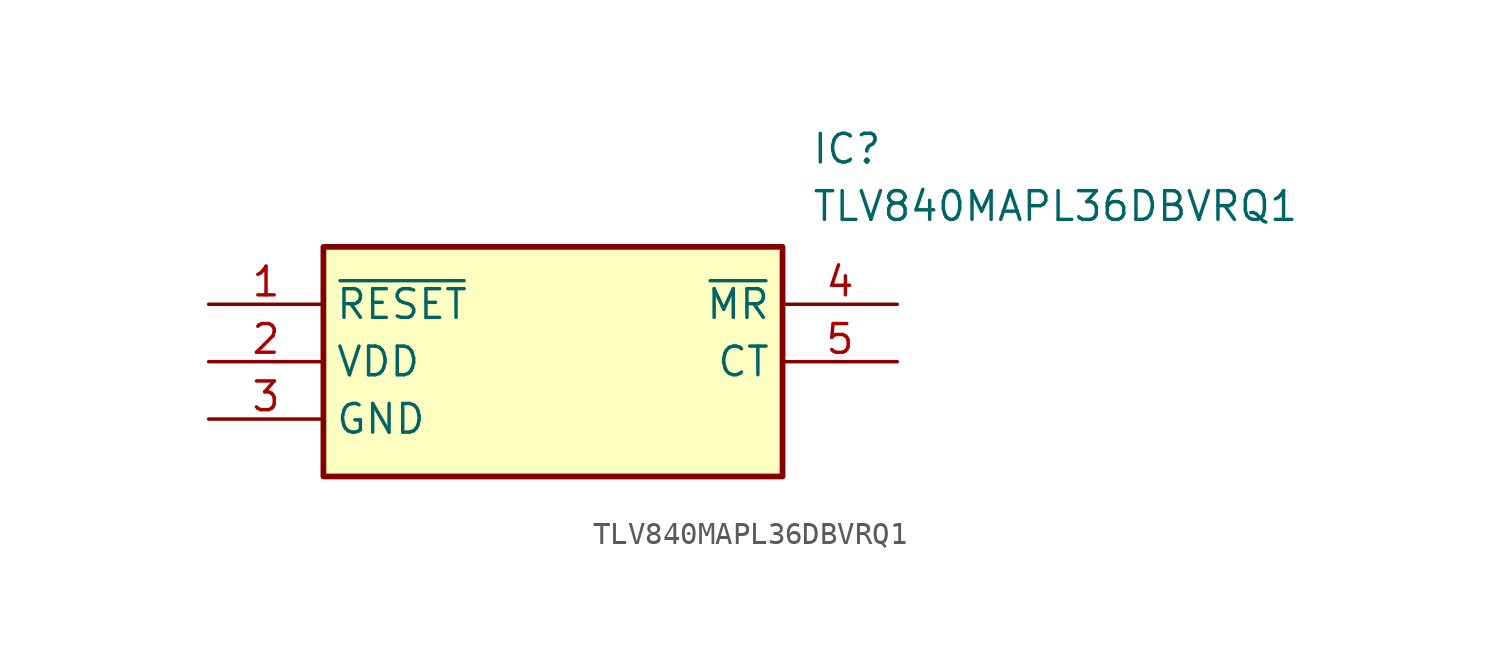
<source format=kicad_sym>
(kicad_symbol_lib
  (version 20211014)
  (generator SamacSys_ECAD_Model)
  (symbol "TLV840MAPL36DBVRQ1"
    (property "Reference" "IC"
      (at 26.67 7.62 0)
      (effects (font (size 1.27 1.27)) (justify left top)))
    (property "Value" "TLV840MAPL36DBVRQ1"
      (at 26.67 5.08 0)
      (effects (font (size 1.27 1.27)) (justify left top)))
    (rectangle
      (start 5.08 2.54)
      (end 25.4 -7.62)
      (stroke (width 0.254) (type default))
      (fill (type background)))
    (pin passive line
      (at 0 0 0)
      (length 5.08)
      (name "~{RESET}" (effects (font (size 1.27 1.27))))
      (number "1" (effects (font (size 1.27 1.27)))))
    (pin passive line
      (at 0 -2.54 0)
      (length 5.08)
      (name "VDD" (effects (font (size 1.27 1.27))))
      (number "2" (effects (font (size 1.27 1.27)))))
    (pin passive line
      (at 0 -5.08 0)
      (length 5.08)
      (name "GND" (effects (font (size 1.27 1.27))))
      (number "3" (effects (font (size 1.27 1.27)))))
    (pin passive line
      (at 30.48 0 180)
      (length 5.08)
      (name "~{MR}" (effects (font (size 1.27 1.27))))
      (number "4" (effects (font (size 1.27 1.27)))))
    (pin passive line
      (at 30.48 -2.54 180)
      (length 5.08)
      (name "CT" (effects (font (size 1.27 1.27))))
      (number "5" (effects (font (size 1.27 1.27)))))))
</source>
